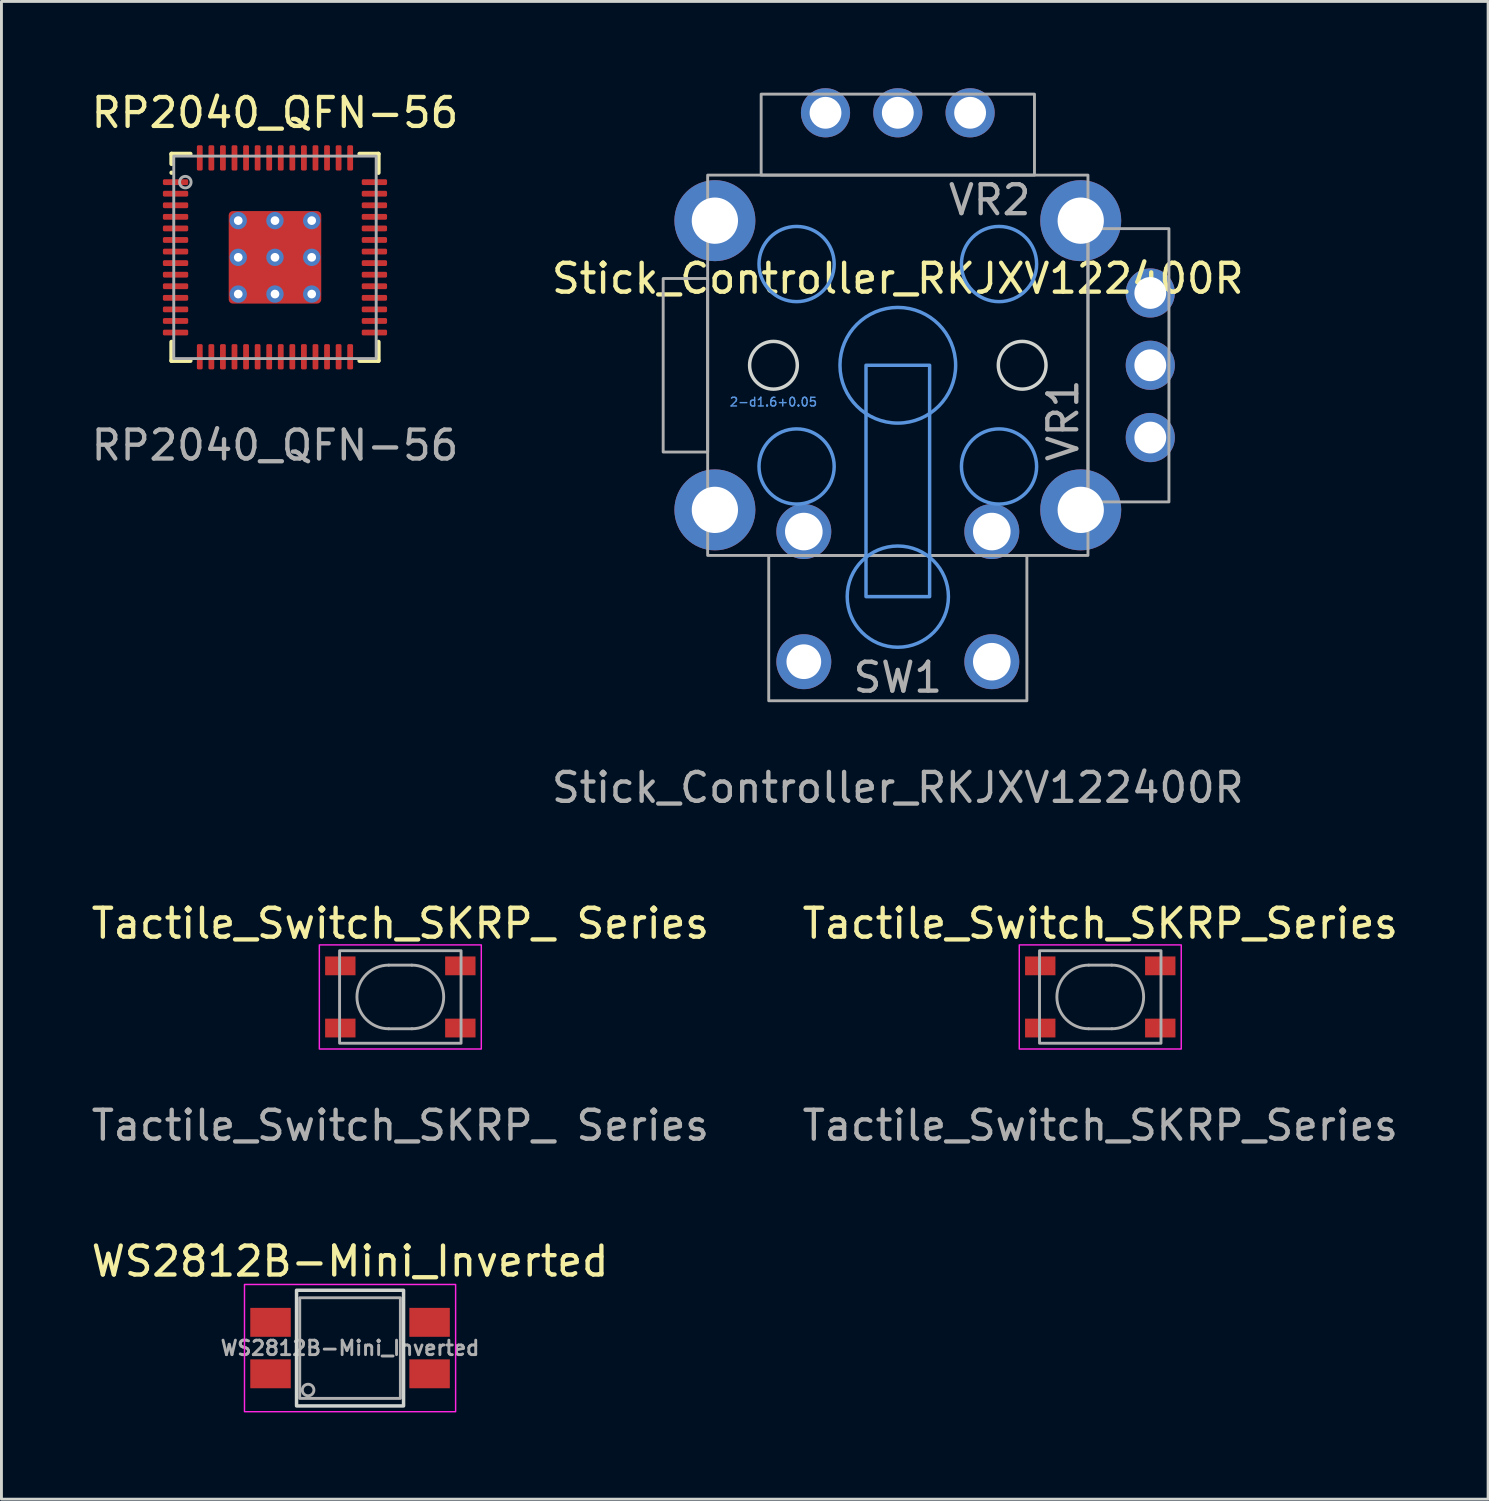
<source format=kicad_pcb>
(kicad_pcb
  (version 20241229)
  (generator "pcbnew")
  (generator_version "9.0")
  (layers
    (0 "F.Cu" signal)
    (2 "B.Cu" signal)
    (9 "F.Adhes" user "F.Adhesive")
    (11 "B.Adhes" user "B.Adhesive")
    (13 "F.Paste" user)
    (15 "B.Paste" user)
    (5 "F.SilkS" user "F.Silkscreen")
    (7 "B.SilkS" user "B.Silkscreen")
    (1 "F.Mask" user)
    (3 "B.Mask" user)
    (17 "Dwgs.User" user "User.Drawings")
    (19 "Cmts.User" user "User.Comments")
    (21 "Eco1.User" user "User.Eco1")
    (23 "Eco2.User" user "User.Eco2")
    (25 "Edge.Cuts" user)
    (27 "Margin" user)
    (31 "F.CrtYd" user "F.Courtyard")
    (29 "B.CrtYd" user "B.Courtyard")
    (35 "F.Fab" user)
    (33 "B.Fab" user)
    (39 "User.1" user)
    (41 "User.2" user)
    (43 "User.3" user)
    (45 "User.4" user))
  (footprint "Tactile_Switch_SKRP_Series"
    (layer "F.Cu")
    (at 34.994 31.422)
    (property "Reference" "Tactile_Switch_SKRP_Series" (at 0 -2.54 0) (unlocked yes) (layer "F.SilkS") (effects (font (size 1 1) (thickness 0.15))))
    (attr smd)
    (fp_rect (start -2.8 -1.8) (end 2.8 1.8) (stroke (width 0.05) (type solid)) (fill no) (layer "F.CrtYd"))
    (fp_line (start -0.4 -1.1) (end 0.4 -1.1) (stroke (width 0.1) (type solid)) (layer "F.Fab"))
    (fp_line (start -0.4 1.1) (end 0.4 1.1) (stroke (width 0.1) (type solid)) (layer "F.Fab"))
    (fp_rect (start -2.1 -1.6) (end 2.1 1.6) (stroke (width 0.1) (type solid)) (fill no) (layer "F.Fab"))
    (fp_arc (start -0.4 1.1) (mid -1.5 0) (end -0.4 -1.1) (stroke (width 0.1) (type solid)) (layer "F.Fab"))
    (fp_arc (start 0.4 -1.1) (mid 1.5 0) (end 0.4 1.1) (stroke (width 0.1) (type solid)) (layer "F.Fab"))
    (fp_text user "${REFERENCE}" (at 0 4.445 0) (unlocked yes) (layer "F.Fab") (effects (font (size 1 1) (thickness 0.15))))
    (pad "1" smd rect (at -2.075 -1.075) (size 1.05 0.65) (layers "F.Cu" "F.Mask" "F.Paste"))
    (pad "2" smd rect (at 2.075 -1.075) (size 1.05 0.65) (layers "F.Cu" "F.Mask" "F.Paste"))
    (pad "3" smd rect (at -2.075 1.075) (size 1.05 0.65) (layers "F.Cu" "F.Mask" "F.Paste"))
    (pad "4" smd rect (at 2.075 1.075) (size 1.05 0.65) (layers "F.Cu" "F.Mask" "F.Paste")))
  (footprint "WS2812B-Mini_Inverted"
    (layer "F.Cu")
    (at 9.054 43.563)
    (property "Reference" "WS2812B-Mini_Inverted" (at 0 -3 0) (layer "F.SilkS") (effects (font (size 1 1) (thickness 0.15))))
    (attr smd)
    (fp_rect (start -1.85 -2) (end 1.85 2) (stroke (width 0.12) (type solid)) (fill no) (layer "Edge.Cuts"))
    (fp_rect (start -3.65 -2.2) (end 3.65 2.2) (stroke (width 0.05) (type solid)) (fill no) (layer "F.CrtYd"))
    (fp_rect (start -1.74 -1.74) (end 1.74 1.74) (stroke (width 0.1) (type solid)) (fill no) (layer "F.Fab"))
    (fp_circle (center -1.45 1.45) (end -1.25 1.45) (stroke (width 0.1) (type solid)) (fill no) (layer "F.Fab"))
    (fp_text user "${REFERENCE}" (at 0 0 0) (layer "F.Fab") (effects (font (size 0.5 0.5) (thickness 0.1))))
    (pad "1" smd rect (at 2.75 -0.89) (size 1.4 1) (layers "F.Cu" "F.Mask" "F.Paste"))
    (pad "2" smd rect (at 2.75 0.89) (size 1.4 1) (layers "F.Cu" "F.Mask" "F.Paste"))
    (pad "3" smd rect (at -2.75 0.89) (size 1.4 1) (layers "F.Cu" "F.Mask" "F.Paste"))
    (pad "4" smd rect (at -2.75 -0.89) (size 1.4 1) (layers "F.Cu" "F.Mask" "F.Paste")))
  (footprint "RP2040_QFN-56"
    (layer "F.Cu")
    (at 6.458 5.848)
    (property "Reference" "RP2040_QFN-56" (at 0 -5 0) (unlocked yes) (layer "F.SilkS") (effects (font (size 1 1) (thickness 0.15))))
    (attr smd)
    (fp_line (start -3.576 -3.576) (end -2.926 -3.576) (stroke (width 0.153) (type solid)) (layer "F.SilkS"))
    (fp_line (start -3.576 -3.232) (end -3.576 -3.576) (stroke (width 0.153) (type solid)) (layer "F.SilkS"))
    (fp_line (start -3.576 3.576) (end -3.576 2.926) (stroke (width 0.153) (type solid)) (layer "F.SilkS"))
    (fp_line (start -3.576 3.576) (end -2.926 3.576) (stroke (width 0.153) (type solid)) (layer "F.SilkS"))
    (fp_line (start 2.926 -3.576) (end 3.576 -3.576) (stroke (width 0.153) (type solid)) (layer "F.SilkS"))
    (fp_line (start 2.926 3.576) (end 3.576 3.576) (stroke (width 0.153) (type solid)) (layer "F.SilkS"))
    (fp_line (start 3.576 -3.576) (end 3.576 -2.926) (stroke (width 0.153) (type solid)) (layer "F.SilkS"))
    (fp_line (start 3.576 3.576) (end 3.576 2.926) (stroke (width 0.153) (type solid)) (layer "F.SilkS"))
    (fp_circle (center -3.576 -2.926) (end -3.5 -2.926) (stroke (width 0) (type solid)) (fill yes) (layer "F.SilkS"))
    (fp_rect (start -3.5 -3.5) (end 3.5 3.5) (stroke (width 0.1) (type solid)) (fill no) (layer "F.Fab"))
    (fp_circle (center -3.1 -2.6) (end -2.9 -2.6) (stroke (width 0.1) (type solid)) (fill no) (layer "F.Fab"))
    (fp_text user "${REFERENCE}" (at 0 6.5 0) (unlocked yes) (layer "F.Fab") (effects (font (size 1 1) (thickness 0.15))))
    (pad "1" smd roundrect (at -3.438 -2.6) (size 0.875 0.2) (layers "F.Cu" "F.Mask" "F.Paste") (roundrect_rratio 0.25))
    (pad "2" smd roundrect (at -3.438 -2.2) (size 0.875 0.2) (layers "F.Cu" "F.Mask" "F.Paste") (roundrect_rratio 0.25))
    (pad "3" smd roundrect (at -3.438 -1.8) (size 0.875 0.2) (layers "F.Cu" "F.Mask" "F.Paste") (roundrect_rratio 0.25))
    (pad "4" smd roundrect (at -3.438 -1.4) (size 0.875 0.2) (layers "F.Cu" "F.Mask" "F.Paste") (roundrect_rratio 0.25))
    (pad "5" smd roundrect (at -3.438 -1) (size 0.875 0.2) (layers "F.Cu" "F.Mask" "F.Paste") (roundrect_rratio 0.25))
    (pad "6" smd roundrect (at -3.438 -0.6) (size 0.875 0.2) (layers "F.Cu" "F.Mask" "F.Paste") (roundrect_rratio 0.25))
    (pad "7" smd roundrect (at -3.438 -0.2) (size 0.875 0.2) (layers "F.Cu" "F.Mask" "F.Paste") (roundrect_rratio 0.25))
    (pad "8" smd roundrect (at -3.438 0.2) (size 0.875 0.2) (layers "F.Cu" "F.Mask" "F.Paste") (roundrect_rratio 0.25))
    (pad "9" smd roundrect (at -3.438 0.6) (size 0.875 0.2) (layers "F.Cu" "F.Mask" "F.Paste") (roundrect_rratio 0.25))
    (pad "10" smd roundrect (at -3.438 1) (size 0.875 0.2) (layers "F.Cu" "F.Mask" "F.Paste") (roundrect_rratio 0.25))
    (pad "11" smd roundrect (at -3.438 1.4) (size 0.875 0.2) (layers "F.Cu" "F.Mask" "F.Paste") (roundrect_rratio 0.25))
    (pad "12" smd roundrect (at -3.438 1.8) (size 0.875 0.2) (layers "F.Cu" "F.Mask" "F.Paste") (roundrect_rratio 0.25))
    (pad "13" smd roundrect (at -3.438 2.2) (size 0.875 0.2) (layers "F.Cu" "F.Mask" "F.Paste") (roundrect_rratio 0.25))
    (pad "14" smd roundrect (at -3.438 2.6) (size 0.875 0.2) (layers "F.Cu" "F.Mask" "F.Paste") (roundrect_rratio 0.25))
    (pad "15" smd roundrect (at -2.6 3.438 90) (size 0.875 0.2) (layers "F.Cu" "F.Mask" "F.Paste") (roundrect_rratio 0.25))
    (pad "16" smd roundrect (at -2.2 3.438 90) (size 0.875 0.2) (layers "F.Cu" "F.Mask" "F.Paste") (roundrect_rratio 0.25))
    (pad "17" smd roundrect (at -1.8 3.438 90) (size 0.875 0.2) (layers "F.Cu" "F.Mask" "F.Paste") (roundrect_rratio 0.25))
    (pad "18" smd roundrect (at -1.4 3.438 90) (size 0.875 0.2) (layers "F.Cu" "F.Mask" "F.Paste") (roundrect_rratio 0.25))
    (pad "19" smd roundrect (at -1 3.438 90) (size 0.875 0.2) (layers "F.Cu" "F.Mask" "F.Paste") (roundrect_rratio 0.25))
    (pad "20" smd roundrect (at -0.6 3.438 90) (size 0.875 0.2) (layers "F.Cu" "F.Mask" "F.Paste") (roundrect_rratio 0.25))
    (pad "21" smd roundrect (at -0.2 3.438 90) (size 0.875 0.2) (layers "F.Cu" "F.Mask" "F.Paste") (roundrect_rratio 0.25))
    (pad "22" smd roundrect (at 0.2 3.438 90) (size 0.875 0.2) (layers "F.Cu" "F.Mask" "F.Paste") (roundrect_rratio 0.25))
    (pad "23" smd roundrect (at 0.6 3.438 90) (size 0.875 0.2) (layers "F.Cu" "F.Mask" "F.Paste") (roundrect_rratio 0.25))
    (pad "24" smd roundrect (at 1 3.438 90) (size 0.875 0.2) (layers "F.Cu" "F.Mask" "F.Paste") (roundrect_rratio 0.25))
    (pad "25" smd roundrect (at 1.4 3.438 90) (size 0.875 0.2) (layers "F.Cu" "F.Mask" "F.Paste") (roundrect_rratio 0.25))
    (pad "26" smd roundrect (at 1.8 3.438 90) (size 0.875 0.2) (layers "F.Cu" "F.Mask" "F.Paste") (roundrect_rratio 0.25))
    (pad "27" smd roundrect (at 2.2 3.438 90) (size 0.875 0.2) (layers "F.Cu" "F.Mask" "F.Paste") (roundrect_rratio 0.25))
    (pad "28" smd roundrect (at 2.6 3.438 90) (size 0.875 0.2) (layers "F.Cu" "F.Mask" "F.Paste") (roundrect_rratio 0.25))
    (pad "29" smd roundrect (at 3.438 -2.6) (size 0.875 0.2) (layers "F.Cu" "F.Mask" "F.Paste") (roundrect_rratio 0.25))
    (pad "30" smd roundrect (at 3.438 -2.2) (size 0.875 0.2) (layers "F.Cu" "F.Mask" "F.Paste") (roundrect_rratio 0.25))
    (pad "31" smd roundrect (at 3.438 -1.8) (size 0.875 0.2) (layers "F.Cu" "F.Mask" "F.Paste") (roundrect_rratio 0.25))
    (pad "32" smd roundrect (at 3.438 -1.4) (size 0.875 0.2) (layers "F.Cu" "F.Mask" "F.Paste") (roundrect_rratio 0.25))
    (pad "33" smd roundrect (at 3.438 -1) (size 0.875 0.2) (layers "F.Cu" "F.Mask" "F.Paste") (roundrect_rratio 0.25))
    (pad "34" smd roundrect (at 3.438 -0.6) (size 0.875 0.2) (layers "F.Cu" "F.Mask" "F.Paste") (roundrect_rratio 0.25))
    (pad "35" smd roundrect (at 3.438 -0.2) (size 0.875 0.2) (layers "F.Cu" "F.Mask" "F.Paste") (roundrect_rratio 0.25))
    (pad "36" smd roundrect (at 3.438 0.2) (size 0.875 0.2) (layers "F.Cu" "F.Mask" "F.Paste") (roundrect_rratio 0.25))
    (pad "37" smd roundrect (at 3.438 0.6) (size 0.875 0.2) (layers "F.Cu" "F.Mask" "F.Paste") (roundrect_rratio 0.25))
    (pad "38" smd roundrect (at 3.438 1) (size 0.875 0.2) (layers "F.Cu" "F.Mask" "F.Paste") (roundrect_rratio 0.25))
    (pad "39" smd roundrect (at 3.438 1.4) (size 0.875 0.2) (layers "F.Cu" "F.Mask" "F.Paste") (roundrect_rratio 0.25))
    (pad "40" smd roundrect (at 3.438 1.8) (size 0.875 0.2) (layers "F.Cu" "F.Mask" "F.Paste") (roundrect_rratio 0.25))
    (pad "41" smd roundrect (at 3.438 2.2) (size 0.875 0.2) (layers "F.Cu" "F.Mask" "F.Paste") (roundrect_rratio 0.25))
    (pad "42" smd roundrect (at 3.438 2.6) (size 0.875 0.2) (layers "F.Cu" "F.Mask" "F.Paste") (roundrect_rratio 0.25))
    (pad "43" smd roundrect (at -2.6 -3.438 90) (size 0.875 0.2) (layers "F.Cu" "F.Mask" "F.Paste") (roundrect_rratio 0.25))
    (pad "44" smd roundrect (at -2.2 -3.438 90) (size 0.875 0.2) (layers "F.Cu" "F.Mask" "F.Paste") (roundrect_rratio 0.25))
    (pad "45" smd roundrect (at -1.8 -3.438 90) (size 0.875 0.2) (layers "F.Cu" "F.Mask" "F.Paste") (roundrect_rratio 0.25))
    (pad "46" smd roundrect (at -1.4 -3.438 90) (size 0.875 0.2) (layers "F.Cu" "F.Mask" "F.Paste") (roundrect_rratio 0.25))
    (pad "47" smd roundrect (at -1 -3.438 90) (size 0.875 0.2) (layers "F.Cu" "F.Mask" "F.Paste") (roundrect_rratio 0.25))
    (pad "48" smd roundrect (at -0.6 -3.438 90) (size 0.875 0.2) (layers "F.Cu" "F.Mask" "F.Paste") (roundrect_rratio 0.25))
    (pad "49" smd roundrect (at -0.2 -3.438 90) (size 0.875 0.2) (layers "F.Cu" "F.Mask" "F.Paste") (roundrect_rratio 0.25))
    (pad "50" smd roundrect (at 0.2 -3.438 90) (size 0.875 0.2) (layers "F.Cu" "F.Mask" "F.Paste") (roundrect_rratio 0.25))
    (pad "51" smd roundrect (at 0.6 -3.438 90) (size 0.875 0.2) (layers "F.Cu" "F.Mask" "F.Paste") (roundrect_rratio 0.25))
    (pad "52" smd roundrect (at 1 -3.438 90) (size 0.875 0.2) (layers "F.Cu" "F.Mask" "F.Paste") (roundrect_rratio 0.25))
    (pad "53" smd roundrect (at 1.4 -3.438 90) (size 0.875 0.2) (layers "F.Cu" "F.Mask" "F.Paste") (roundrect_rratio 0.25))
    (pad "54" smd roundrect (at 1.8 -3.438 90) (size 0.875 0.2) (layers "F.Cu" "F.Mask" "F.Paste") (roundrect_rratio 0.25))
    (pad "55" smd roundrect (at 2.2 -3.438 90) (size 0.875 0.2) (layers "F.Cu" "F.Mask" "F.Paste") (roundrect_rratio 0.25))
    (pad "56" smd roundrect (at 2.6 -3.438 90) (size 0.875 0.2) (layers "F.Cu" "F.Mask" "F.Paste") (roundrect_rratio 0.25))
    (pad "57" thru_hole circle (at -1.27 -1.27) (size 0.6 0.6) (drill 0.3) (layers "*.Cu"))
    (pad "57" thru_hole circle (at -1.27 0) (size 0.6 0.6) (drill 0.3) (layers "*.Cu"))
    (pad "57" thru_hole circle (at -1.27 1.27) (size 0.6 0.6) (drill 0.3) (layers "*.Cu"))
    (pad "57" thru_hole circle (at 0 -1.27) (size 0.6 0.6) (drill 0.3) (layers "*.Cu"))
    (pad "57" thru_hole circle (at 0 0) (size 0.6 0.6) (drill 0.3) (layers "*.Cu"))
    (pad "57" smd roundrect (at 0 0) (size 3.2 3.2) (layers "F.Cu" "F.Mask" "F.Paste") (roundrect_rratio 0.045))
    (pad "57" thru_hole circle (at 0 1.27) (size 0.6 0.6) (drill 0.3) (layers "*.Cu"))
    (pad "57" thru_hole circle (at 1.27 -1.27) (size 0.6 0.6) (drill 0.3) (layers "*.Cu"))
    (pad "57" thru_hole circle (at 1.27 0) (size 0.6 0.6) (drill 0.3) (layers "*.Cu"))
    (pad "57" thru_hole circle (at 1.27 1.27) (size 0.6 0.6) (drill 0.3) (layers "*.Cu")))
  (footprint "Stick_Controller_RKJXV122400R"
    (layer "F.Cu")
    (at 27.994 9.58)
    (property "Reference" "Stick_Controller_RKJXV122400R" (at 0 -3 0) (unlocked yes) (layer "F.SilkS") (effects (font (size 1 1) (thickness 0.15))))
    (attr through_hole)
    (fp_rect (start -1.1 0) (end 1.1 8) (stroke (width 0.12) (type solid)) (fill no) (layer "Cmts.User"))
    (fp_circle (center -3.5 -3.5) (end -2.2 -3.5) (stroke (width 0.12) (type solid)) (fill no) (layer "Cmts.User"))
    (fp_circle (center -3.5 3.5) (end -2.2 3.5) (stroke (width 0.12) (type solid)) (fill no) (layer "Cmts.User"))
    (fp_circle (center 0 0) (end 2 0) (stroke (width 0.12) (type solid)) (fill no) (layer "Cmts.User"))
    (fp_circle (center 0 8) (end 1.75 8) (stroke (width 0.12) (type solid)) (fill no) (layer "Cmts.User"))
    (fp_circle (center 3.5 -3.5) (end 4.8 -3.5) (stroke (width 0.12) (type solid)) (fill no) (layer "Cmts.User"))
    (fp_circle (center 3.5 3.5) (end 4.8 3.5) (stroke (width 0.12) (type solid)) (fill no) (layer "Cmts.User"))
    (fp_circle (center -4.3 0) (end -3.475 0) (stroke (width 0.12) (type solid)) (fill no) (layer "Edge.Cuts"))
    (fp_circle (center 4.3 0) (end 5.125 0) (stroke (width 0.12) (type solid)) (fill no) (layer "Edge.Cuts"))
    (fp_rect (start -6.575 -6.575) (end 6.575 6.575) (stroke (width 0.1) (type solid)) (fill no) (layer "F.Fab"))
    (fp_rect (start -6.575 -3) (end -8.113 3) (stroke (width 0.1) (type solid)) (fill no) (layer "F.Fab"))
    (fp_rect (start -4.725 -6.575) (end 4.725 -9.375) (stroke (width 0.1) (type solid)) (fill no) (layer "F.Fab"))
    (fp_rect (start -4.463 6.575) (end 4.463 11.6) (stroke (width 0.1) (type solid)) (fill no) (layer "F.Fab"))
    (fp_rect (start 6.575 -4.725) (end 9.375 4.725) (stroke (width 0.1) (type solid)) (fill no) (layer "F.Fab"))
    (fp_text user "2-d1.6+0.05" (at -4.3 1.27 0) (unlocked yes) (layer "Cmts.User") (effects (font (size 0.3 0.3) (thickness 0.05))))
    (fp_text user "VR2" (at 3.175 -5.715 0) (unlocked yes) (layer "F.Fab") (effects (font (size 1 1) (thickness 0.15))))
    (fp_text user "SW1" (at 0 10.795 0) (unlocked yes) (layer "F.Fab") (effects (font (size 1 1) (thickness 0.15))))
    (fp_text user "VR1" (at 5.715 1.905 90) (unlocked yes) (layer "F.Fab") (effects (font (size 1 1) (thickness 0.15))))
    (fp_text user "${REFERENCE}" (at 0 14.605 0) (unlocked yes) (layer "F.Fab") (effects (font (size 1 1) (thickness 0.15))))
    (pad "1" thru_hole circle (at -3.25 5.75) (size 1.9 1.9) (drill 1.3) (layers "*.Cu" "*.Mask"))
    (pad "1" thru_hole circle (at 3.25 5.75) (size 1.9 1.9) (drill 1.3) (layers "*.Cu" "*.Mask"))
    (pad "2" thru_hole circle (at -3.25 10.25) (size 1.9 1.9) (drill 1.2) (layers "*.Cu" "*.Mask"))
    (pad "2" thru_hole circle (at 3.25 10.25) (size 1.9 1.9) (drill 1.3) (layers "*.Cu" "*.Mask"))
    (pad "3" thru_hole circle (at 8.73 -2.5 90) (size 1.7 1.7) (drill 1.1) (layers "*.Cu" "*.Mask"))
    (pad "4" thru_hole circle (at 8.73 0 180) (size 1.7 1.7) (drill 1.1) (layers "*.Cu" "*.Mask"))
    (pad "5" thru_hole circle (at 8.73 2.5) (size 1.7 1.7) (drill 1.1) (layers "*.Cu" "*.Mask"))
    (pad "6" thru_hole circle (at 2.5 -8.73) (size 1.7 1.7) (drill 1.1) (layers "*.Cu" "*.Mask"))
    (pad "7" thru_hole circle (at 0 -8.73) (size 1.7 1.7) (drill 1.1) (layers "*.Cu" "*.Mask"))
    (pad "8" thru_hole circle (at -2.5 -8.73) (size 1.7 1.7) (drill 1.1) (layers "*.Cu" "*.Mask"))
    (pad "MH1" thru_hole circle (at -6.325 -5) (size 2.8 2.8) (drill 1.6) (layers "*.Cu" "*.Mask"))
    (pad "MH2" thru_hole circle (at 6.325 -5) (size 2.8 2.8) (drill 1.6) (layers "*.Cu" "*.Mask"))
    (pad "MH3" thru_hole circle (at -6.325 5) (size 2.8 2.8) (drill 1.6) (layers "*.Cu" "*.Mask"))
    (pad "MH4" thru_hole circle (at 6.325 5) (size 2.8 2.8) (drill 1.6) (layers "*.Cu" "*.Mask")))
  (footprint "Tactile_Switch_SKRP_ Series"
    (layer "F.Cu")
    (at 10.792 31.422)
    (property "Reference" "Tactile_Switch_SKRP_ Series" (at 0 -2.54 0) (unlocked yes) (layer "F.SilkS") (effects (font (size 1 1) (thickness 0.15))))
    (attr smd)
    (fp_rect (start -2.8 -1.8) (end 2.8 1.8) (stroke (width 0.05) (type solid)) (fill no) (layer "F.CrtYd"))
    (fp_line (start -0.4 -1.1) (end 0.4 -1.1) (stroke (width 0.1) (type solid)) (layer "F.Fab"))
    (fp_line (start -0.4 1.1) (end 0.4 1.1) (stroke (width 0.1) (type solid)) (layer "F.Fab"))
    (fp_rect (start -2.1 -1.6) (end 2.1 1.6) (stroke (width 0.1) (type solid)) (fill no) (layer "F.Fab"))
    (fp_arc (start -0.4 1.1) (mid -1.5 0) (end -0.4 -1.1) (stroke (width 0.1) (type solid)) (layer "F.Fab"))
    (fp_arc (start 0.4 -1.1) (mid 1.5 0) (end 0.4 1.1) (stroke (width 0.1) (type solid)) (layer "F.Fab"))
    (fp_text user "${REFERENCE}" (at 0 4.445 0) (unlocked yes) (layer "F.Fab") (effects (font (size 1 1) (thickness 0.15))))
    (pad "1" smd rect (at -2.075 -1.075) (size 1.05 0.65) (layers "F.Cu" "F.Mask" "F.Paste"))
    (pad "2" smd rect (at 2.075 -1.075) (size 1.05 0.65) (layers "F.Cu" "F.Mask" "F.Paste"))
    (pad "3" smd rect (at -2.075 1.075) (size 1.05 0.65) (layers "F.Cu" "F.Mask" "F.Paste"))
    (pad "4" smd rect (at 2.075 1.075) (size 1.05 0.65) (layers "F.Cu" "F.Mask" "F.Paste")))
  (gr_rect
    (start -3 -3)
    (end 48.405 48.788)
    (stroke (width 0.1) (type default))
    (fill no)
    (layer "Edge.Cuts")))
</source>
